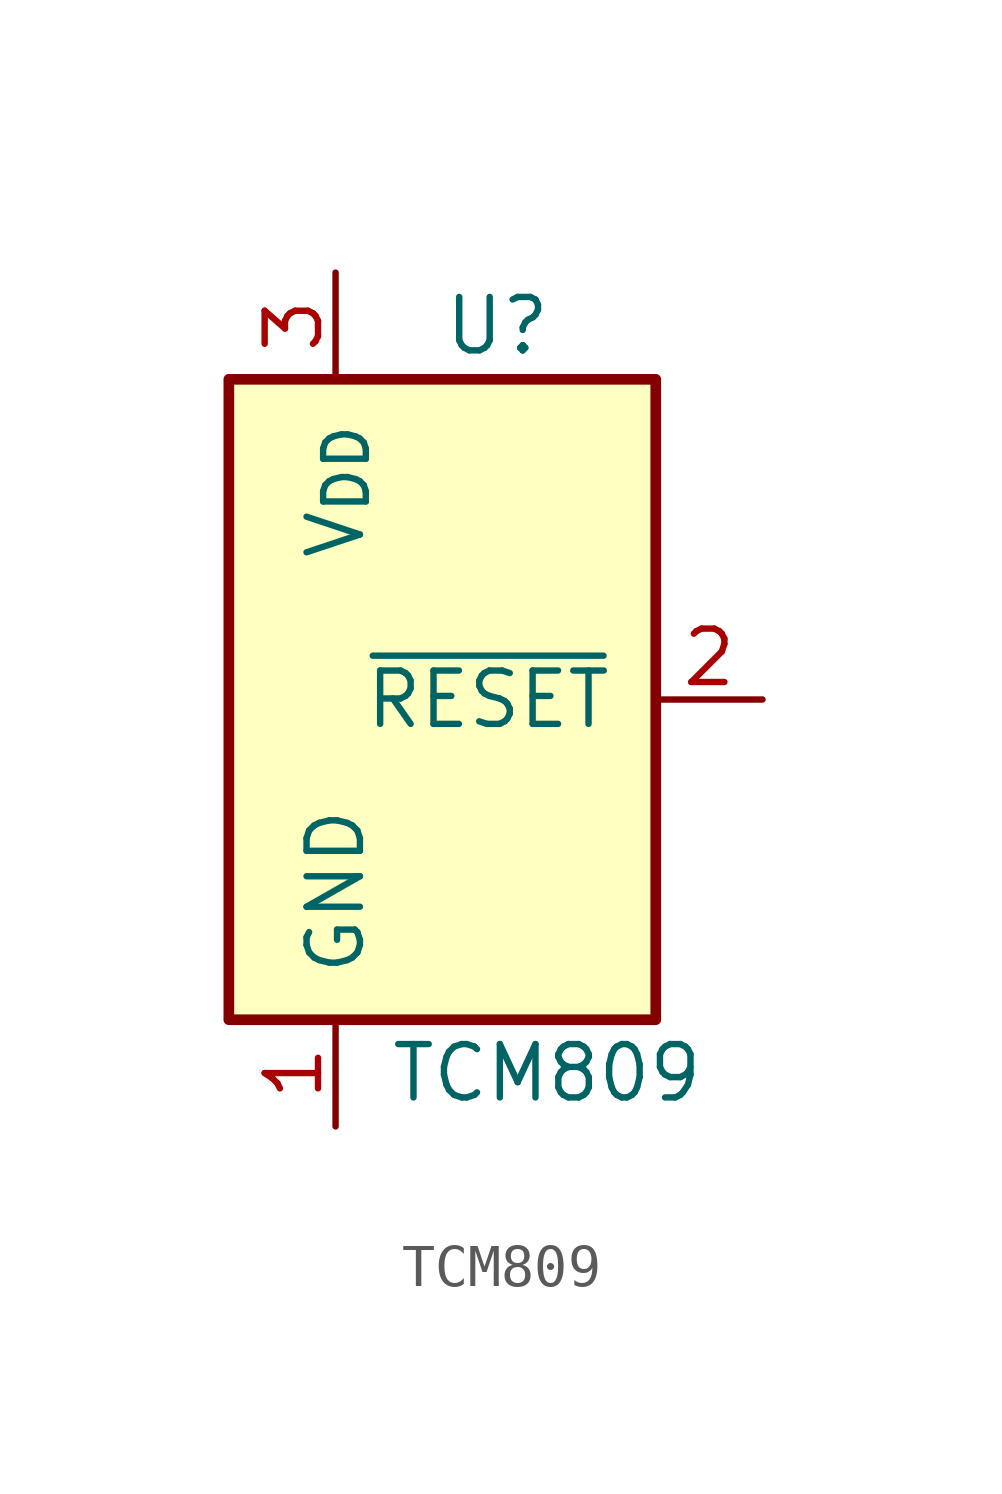
<source format=kicad_sym>
(kicad_symbol_lib
  (version 20231120)
  (generator "kicad_symbol_editor")
  (generator_version "8.0")
  (symbol "TCM809"
    (pin_names
      (offset 1.016))
    (property "Reference" "U"
      (at 0 8.89 0)
      (effects (font (size 1.27 1.27)) (justify left)))
    (property "Value" "TCM809"
      (at -1.27 -8.89 0)
      (effects (font (size 1.27 1.27)) (justify left)))
    (symbol "TCM809_1_1"
      (rectangle (start -5.08 7.62) (end 5.08 -7.62) (stroke (width 0.254) (type default)) (fill (type background)))
      (pin power_in line (at -2.54 -10.16 90) (length 2.54) (name "GND" (effects (font (size 1.27 1.27)))) (number "1" (effects (font (size 1.27 1.27)))))
      (pin output line (at 7.62 0 180) (length 2.54) (name "~{RESET}" (effects (font (size 1.27 1.27)))) (number "2" (effects (font (size 1.27 1.27)))))
      (pin power_in line (at -2.54 10.16 270) (length 2.54) (name "V_{DD}" (effects (font (size 1.27 1.27)))) (number "3" (effects (font (size 1.27 1.27))))))))
</source>
